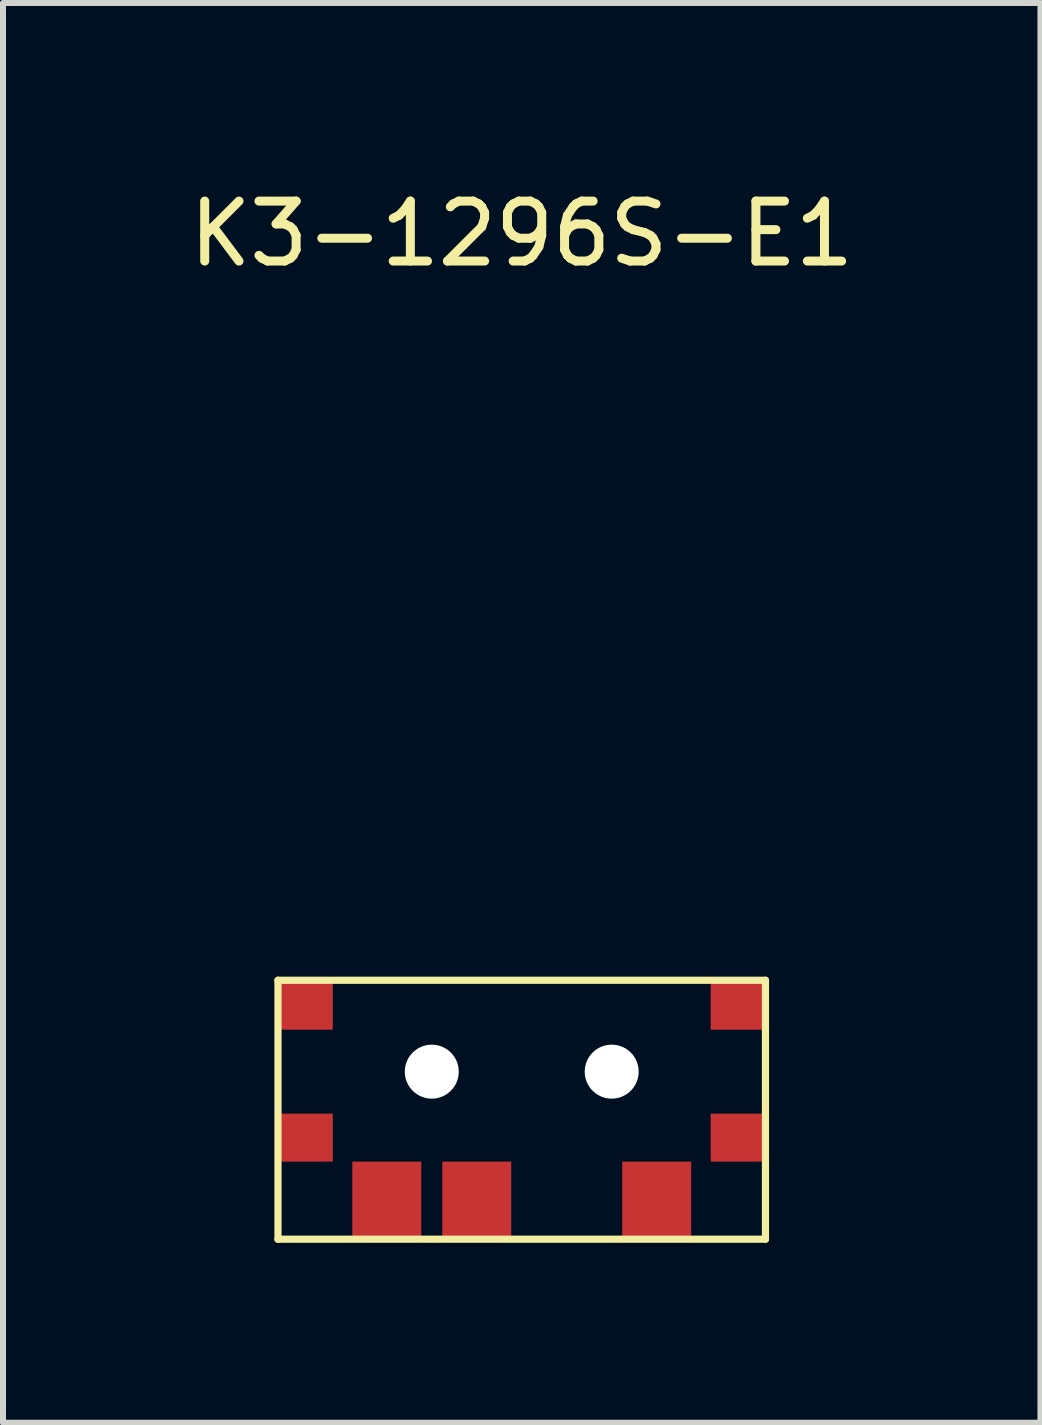
<source format=kicad_pcb>
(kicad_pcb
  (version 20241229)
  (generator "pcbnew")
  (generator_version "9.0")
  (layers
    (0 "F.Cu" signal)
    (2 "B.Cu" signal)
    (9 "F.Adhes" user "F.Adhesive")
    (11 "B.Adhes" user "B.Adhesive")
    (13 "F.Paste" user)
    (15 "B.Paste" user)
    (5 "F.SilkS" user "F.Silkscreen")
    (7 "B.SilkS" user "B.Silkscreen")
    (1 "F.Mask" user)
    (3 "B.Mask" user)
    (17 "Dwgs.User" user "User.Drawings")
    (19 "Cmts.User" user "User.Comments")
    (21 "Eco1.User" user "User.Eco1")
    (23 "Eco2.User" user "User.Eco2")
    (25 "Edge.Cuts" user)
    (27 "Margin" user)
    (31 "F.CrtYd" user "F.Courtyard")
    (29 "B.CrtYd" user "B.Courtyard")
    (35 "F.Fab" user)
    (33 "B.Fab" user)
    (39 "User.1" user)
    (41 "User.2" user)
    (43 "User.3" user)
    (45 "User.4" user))
  (footprint "K3-1296S-E1"
    (layer "F.Cu")
    (at 5.649 14.818)
    (property "Reference" "K3-1296S-E1" (at 0 -13.97 0) (layer "F.SilkS") (effects (font (size 1 1) (thickness 0.15))))
    (attr through_hole)
    (fp_line (start -4.064 -1.524) (end -4.064 2.794) (stroke (width 0.12) (type solid)) (layer "F.SilkS"))
    (fp_line (start -4.064 2.794) (end 4.064 2.794) (stroke (width 0.12) (type solid)) (layer "F.SilkS"))
    (fp_line (start 4.064 -1.524) (end -4.064 -1.524) (stroke (width 0.12) (type solid)) (layer "F.SilkS"))
    (fp_line (start 4.064 2.794) (end 4.064 -1.524) (stroke (width 0.12) (type solid)) (layer "F.SilkS"))
    (pad "" smd rect (at -3.6 -1.1) (size 0.9 0.8) (layers "F.Cu" "F.Mask" "F.Paste"))
    (pad "" smd rect (at -3.6 1.1) (size 0.9 0.8) (layers "F.Cu" "F.Mask" "F.Paste"))
    (pad "" np_thru_hole circle (at -1.5 0) (size 0.9 0.9) (drill 0.9) (layers "*.Cu" "*.Mask"))
    (pad "" np_thru_hole circle (at 1.5 0) (size 0.9 0.9) (drill 0.9) (layers "*.Cu" "*.Mask"))
    (pad "" smd rect (at 3.6 -1.1) (size 0.9 0.8) (layers "F.Cu" "F.Mask" "F.Paste"))
    (pad "" smd rect (at 3.6 1.1) (size 0.9 0.8) (layers "F.Cu" "F.Mask" "F.Paste"))
    (pad "1" smd rect (at -0.75 2.125) (size 1.15 1.25) (layers "F.Cu" "F.Mask" "F.Paste"))
    (pad "2" smd rect (at -2.25 2.125) (size 1.15 1.25) (layers "F.Cu" "F.Mask" "F.Paste"))
    (pad "3" smd rect (at 2.25 2.125) (size 1.15 1.25) (layers "F.Cu" "F.Mask" "F.Paste")))
  (gr_rect
    (start -3 -3)
    (end 14.298 20.672)
    (stroke (width 0.1) (type default))
    (fill no)
    (layer "Edge.Cuts")))
</source>
